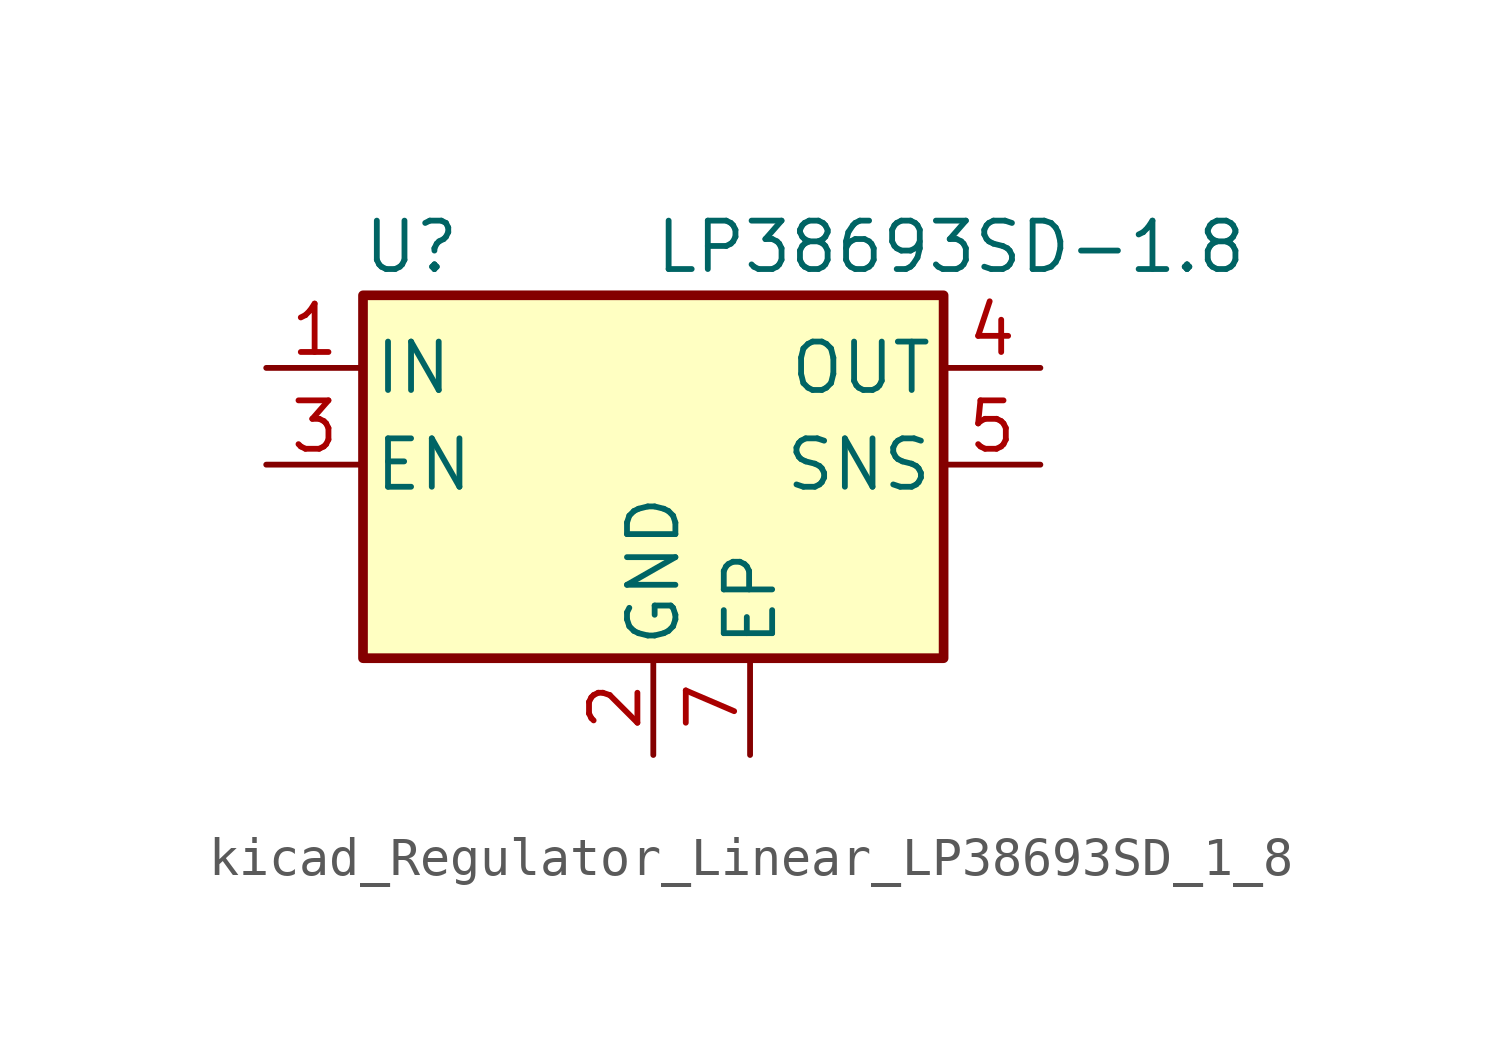
<source format=kicad_sym>
(kicad_symbol_lib
  (version 20220914)
  (generator kicad_symbol_editor)
  (symbol "kicad_Regulator_Linear_LP38693SD_1_8"
    (pin_names
      (offset 0.254))
    (property "Reference" "U"
      (at -6.35 5.715 0)
      (effects (font (size 1.27 1.27))))
    (property "Value" "LP38693SD-1.8"
      (at 0 5.715 0)
      (effects (font (size 1.27 1.27)) (justify left)))
    (symbol "kicad_Regulator_Linear_LP38693SD_1_8_0_1"
      (rectangle (start -7.62 -5.08) (end 7.62 4.445) (stroke (width 0.254) (type default)) (fill (type background))))
    (symbol "kicad_Regulator_Linear_LP38693SD_1_8_1_1"
      (pin power_in line (at -10.16 2.54 0) (length 2.54) (name "IN" (effects (font (size 1.27 1.27)))) (number "1" (effects (font (size 1.27 1.27)))))
      (pin power_in line (at 0 -7.62 90) (length 2.54) (name "GND" (effects (font (size 1.27 1.27)))) (number "2" (effects (font (size 1.27 1.27)))))
      (pin input line (at -10.16 0 0) (length 2.54) (name "EN" (effects (font (size 1.27 1.27)))) (number "3" (effects (font (size 1.27 1.27)))))
      (pin power_out line (at 10.16 2.54 180) (length 2.54) (name "OUT" (effects (font (size 1.27 1.27)))) (number "4" (effects (font (size 1.27 1.27)))))
      (pin input line (at 10.16 0 180) (length 2.54) (name "SNS" (effects (font (size 1.27 1.27)))) (number "5" (effects (font (size 1.27 1.27)))))
      (pin passive line (at -10.16 2.54 0) (length 2.54) hide (name "IN" (effects (font (size 1.27 1.27)))) (number "6" (effects (font (size 1.27 1.27)))))
      (pin passive line (at 2.54 -7.62 90) (length 2.54) (name "EP" (effects (font (size 1.27 1.27)))) (number "7" (effects (font (size 1.27 1.27))))))))
</source>
